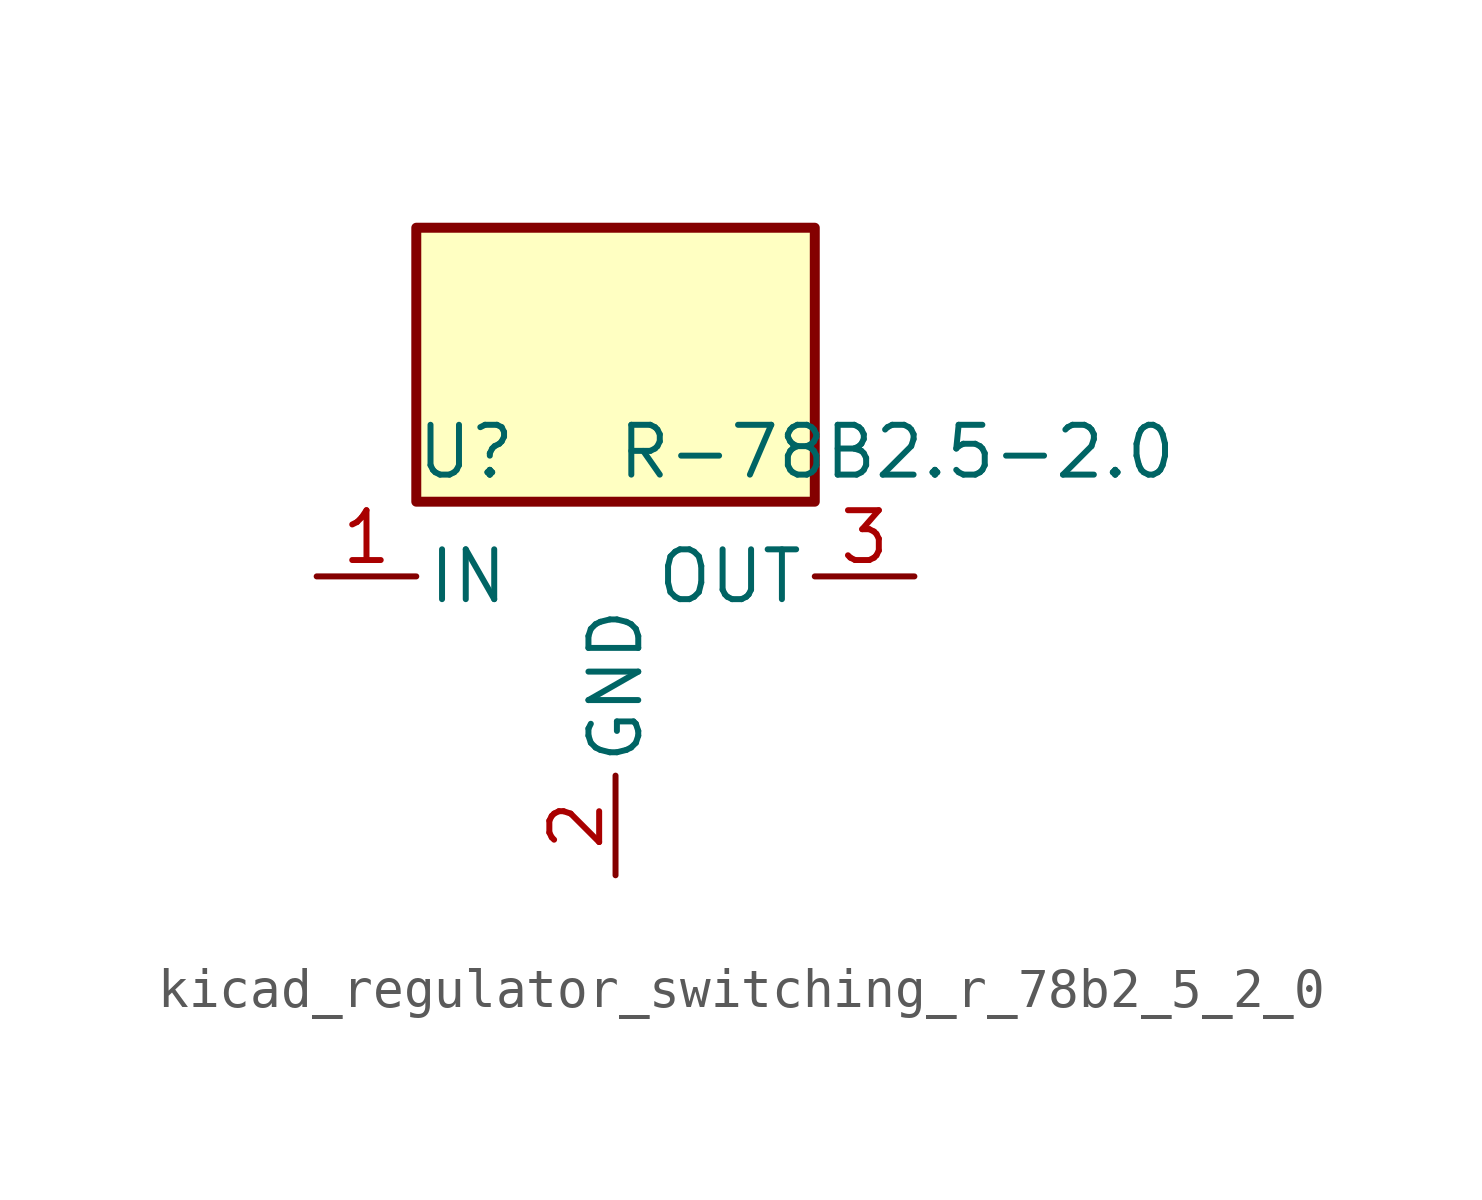
<source format=kicad_sym>
(kicad_symbol_lib
  (version 20220914)
  (generator kicad_symbol_editor)
  (symbol "kicad_regulator_switching_r_78b2_5_2_0"
    (pin_names
      (offset 0.254))
    (property "Reference" "U"
      (at -3.81 3.175 0)
      (effects (font (size 1.27 1.27))))
    (property "Value" "R-78B2.5-2.0"
      (at 0 3.175 0)
      (effects (font (size 1.27 1.27)) (justify left)))
    (symbol "kicad_regulator_switching_r_78b2_5_2_0_0_1"
      (rectangle (start 5.08 8.89) (end -5.08 1.905) (stroke (width 0.254) (type default)) (fill (type background))))
    (symbol "kicad_regulator_switching_r_78b2_5_2_0_1_1"
      (pin power_in line (at -7.62 0 0) (length 2.54) (name "IN" (effects (font (size 1.27 1.27)))) (number "1" (effects (font (size 1.27 1.27)))))
      (pin power_in line (at 0 -7.62 90) (length 2.54) (name "GND" (effects (font (size 1.27 1.27)))) (number "2" (effects (font (size 1.27 1.27)))))
      (pin power_out line (at 7.62 0 180) (length 2.54) (name "OUT" (effects (font (size 1.27 1.27)))) (number "3" (effects (font (size 1.27 1.27))))))))
</source>
